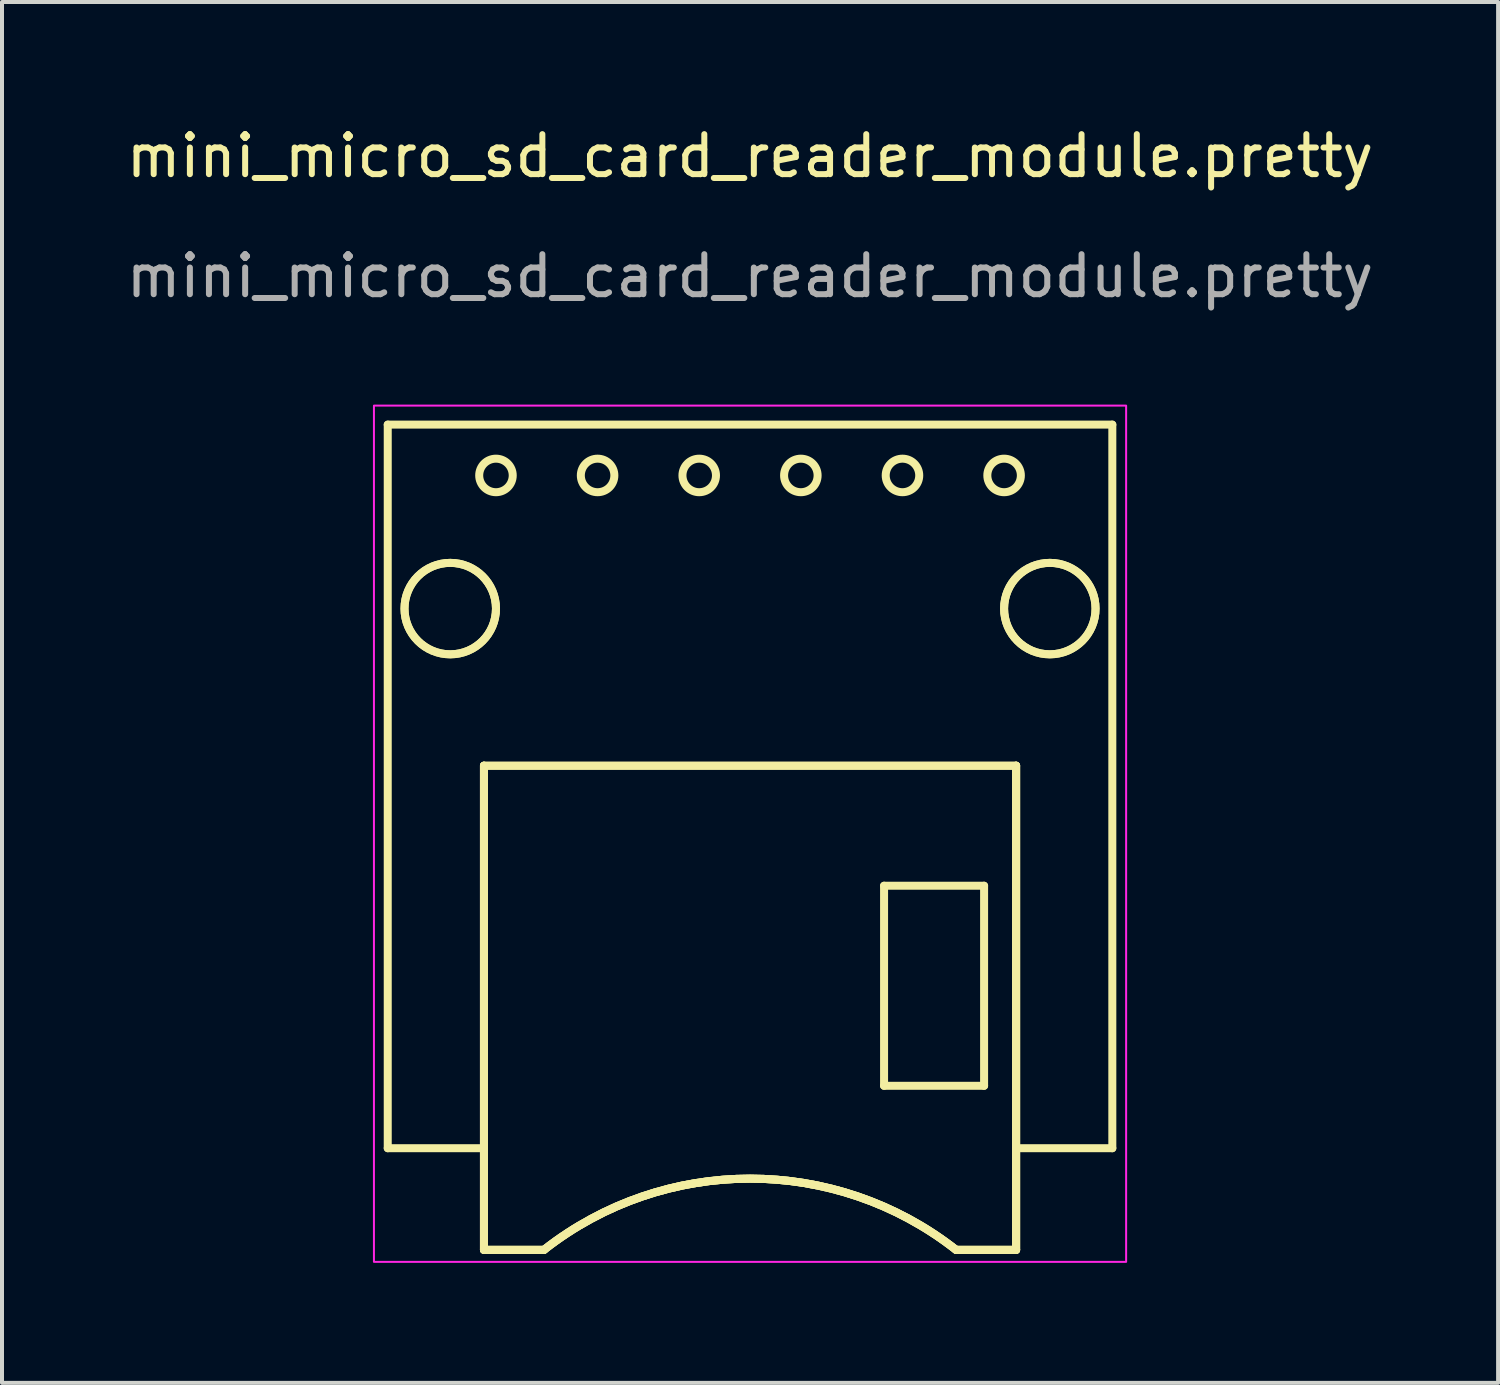
<source format=kicad_pcb>
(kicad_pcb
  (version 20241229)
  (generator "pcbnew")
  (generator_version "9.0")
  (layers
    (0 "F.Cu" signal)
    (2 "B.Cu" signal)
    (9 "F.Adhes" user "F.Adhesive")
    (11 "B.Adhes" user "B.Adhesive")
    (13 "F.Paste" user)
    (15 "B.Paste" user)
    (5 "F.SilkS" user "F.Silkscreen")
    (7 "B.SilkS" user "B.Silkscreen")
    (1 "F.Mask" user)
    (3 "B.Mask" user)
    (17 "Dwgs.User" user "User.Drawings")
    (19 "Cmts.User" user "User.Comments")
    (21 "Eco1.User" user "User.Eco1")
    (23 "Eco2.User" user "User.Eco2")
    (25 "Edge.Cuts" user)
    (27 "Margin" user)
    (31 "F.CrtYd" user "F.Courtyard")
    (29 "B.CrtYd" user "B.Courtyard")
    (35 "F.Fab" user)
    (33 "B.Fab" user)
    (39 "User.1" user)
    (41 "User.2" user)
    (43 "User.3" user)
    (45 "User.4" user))
  (footprint "mini_micro_sd_card_reader_module.pretty"
    (layer "F.Cu")
    (at 15.696 16.088)
    (property "Reference" "mini_micro_sd_card_reader_module.pretty" (at 0 -15.24 0) (unlocked yes) (layer "F.SilkS") (effects (font (size 1 1) (thickness 0.15))))
    (attr through_hole)
    (fp_line (start -9.055 -8.525) (end -9.055 9.56) (stroke (width 0.2) (type solid)) (layer "F.SilkS"))
    (fp_line (start -9.055 9.56) (end -6.65 9.56) (stroke (width 0.2) (type solid)) (layer "F.SilkS"))
    (fp_line (start -6.65 0) (end -6.65 12.1) (stroke (width 0.2) (type solid)) (layer "F.SilkS"))
    (fp_line (start -6.65 0) (end -6.65 12.1) (stroke (width 0.2) (type solid)) (layer "F.SilkS"))
    (fp_line (start -6.65 0) (end 6.65 0) (stroke (width 0.2) (type solid)) (layer "F.SilkS"))
    (fp_line (start -6.65 0) (end 6.65 0) (stroke (width 0.2) (type solid)) (layer "F.SilkS"))
    (fp_line (start -6.65 12.1) (end -6.65 0) (stroke (width 0.2) (type solid)) (layer "F.SilkS"))
    (fp_line (start -6.65 12.1) (end -5.15 12.1) (stroke (width 0.2) (type solid)) (layer "F.SilkS"))
    (fp_line (start -6.65 12.1) (end -5.15 12.1) (stroke (width 0.2) (type solid)) (layer "F.SilkS"))
    (fp_line (start -5.15 12.1) (end -6.65 12.1) (stroke (width 0.2) (type solid)) (layer "F.SilkS"))
    (fp_line (start 3.35 3) (end 5.85 3) (stroke (width 0.2) (type solid)) (layer "F.SilkS"))
    (fp_line (start 3.35 8) (end 3.35 3) (stroke (width 0.2) (type solid)) (layer "F.SilkS"))
    (fp_line (start 5.15 12.1) (end 6.65 12.1) (stroke (width 0.2) (type solid)) (layer "F.SilkS"))
    (fp_line (start 5.85 3) (end 5.85 8) (stroke (width 0.2) (type solid)) (layer "F.SilkS"))
    (fp_line (start 5.85 8) (end 3.35 8) (stroke (width 0.2) (type solid)) (layer "F.SilkS"))
    (fp_line (start 6.65 0) (end 6.65 12.1) (stroke (width 0.2) (type solid)) (layer "F.SilkS"))
    (fp_line (start 6.65 9.56) (end 9.055 9.56) (stroke (width 0.2) (type solid)) (layer "F.SilkS"))
    (fp_line (start 6.65 12.1) (end 5.15 12.1) (stroke (width 0.2) (type solid)) (layer "F.SilkS"))
    (fp_line (start 6.65 12.1) (end 5.15 12.1) (stroke (width 0.2) (type solid)) (layer "F.SilkS"))
    (fp_line (start 6.65 12.1) (end 6.65 0) (stroke (width 0.2) (type solid)) (layer "F.SilkS"))
    (fp_line (start 6.65 12.1) (end 6.65 0) (stroke (width 0.2) (type solid)) (layer "F.SilkS"))
    (fp_line (start 9.055 -8.525) (end -9.055 -8.525) (stroke (width 0.2) (type solid)) (layer "F.SilkS"))
    (fp_line (start 9.055 9.56) (end 9.055 -8.525) (stroke (width 0.2) (type solid)) (layer "F.SilkS"))
    (fp_arc (start -5.15 12.1) (mid 0 10.32) (end 5.15 12.1) (stroke (width 0.2) (type solid)) (layer "F.SilkS"))
    (fp_arc (start -5.15 12.1) (mid 0 10.32) (end 5.15 12.1) (stroke (width 0.2) (type solid)) (layer "F.SilkS"))
    (fp_arc (start -5.15 12.1) (mid 0 10.32) (end 5.15 12.1) (stroke (width 0.2) (type solid)) (layer "F.SilkS"))
    (fp_circle (center -7.493 -3.927) (end -6.35 -3.927) (stroke (width 0.2) (type solid)) (fill no) (layer "F.SilkS"))
    (fp_circle (center -7.493 -3.927) (end -6.35 -3.927) (stroke (width 0.2) (type solid)) (fill no) (layer "F.SilkS"))
    (fp_circle (center -6.35 -7.255) (end -5.931 -7.255) (stroke (width 0.2) (type solid)) (fill no) (layer "F.SilkS"))
    (fp_circle (center -3.81 -7.255) (end -3.391 -7.255) (stroke (width 0.2) (type solid)) (fill no) (layer "F.SilkS"))
    (fp_circle (center -1.27 -7.255) (end -0.851 -7.255) (stroke (width 0.2) (type solid)) (fill no) (layer "F.SilkS"))
    (fp_circle (center 1.27 -7.255) (end 1.689 -7.255) (stroke (width 0.2) (type solid)) (fill no) (layer "F.SilkS"))
    (fp_circle (center 3.81 -7.255) (end 4.229 -7.255) (stroke (width 0.2) (type solid)) (fill no) (layer "F.SilkS"))
    (fp_circle (center 6.35 -7.255) (end 6.769 -7.255) (stroke (width 0.2) (type solid)) (fill no) (layer "F.SilkS"))
    (fp_circle (center 7.493 -3.927) (end 8.636 -3.927) (stroke (width 0.2) (type solid)) (fill no) (layer "F.SilkS"))
    (fp_circle (center 7.493 -3.927) (end 8.636 -3.927) (stroke (width 0.2) (type solid)) (fill no) (layer "F.SilkS"))
    (fp_rect (start -9.4 -9) (end 9.4 12.4) (stroke (width 0.05) (type solid)) (fill no) (layer "F.CrtYd"))
    (fp_text user "${REFERENCE}" (at 0 -12.24 0) (unlocked yes) (layer "F.Fab") (effects (font (size 1 1) (thickness 0.15)))))
  (gr_rect
    (start -3 -3)
    (end 34.393 31.513)
    (stroke (width 0.1) (type default))
    (fill no)
    (layer "Edge.Cuts")))
</source>
